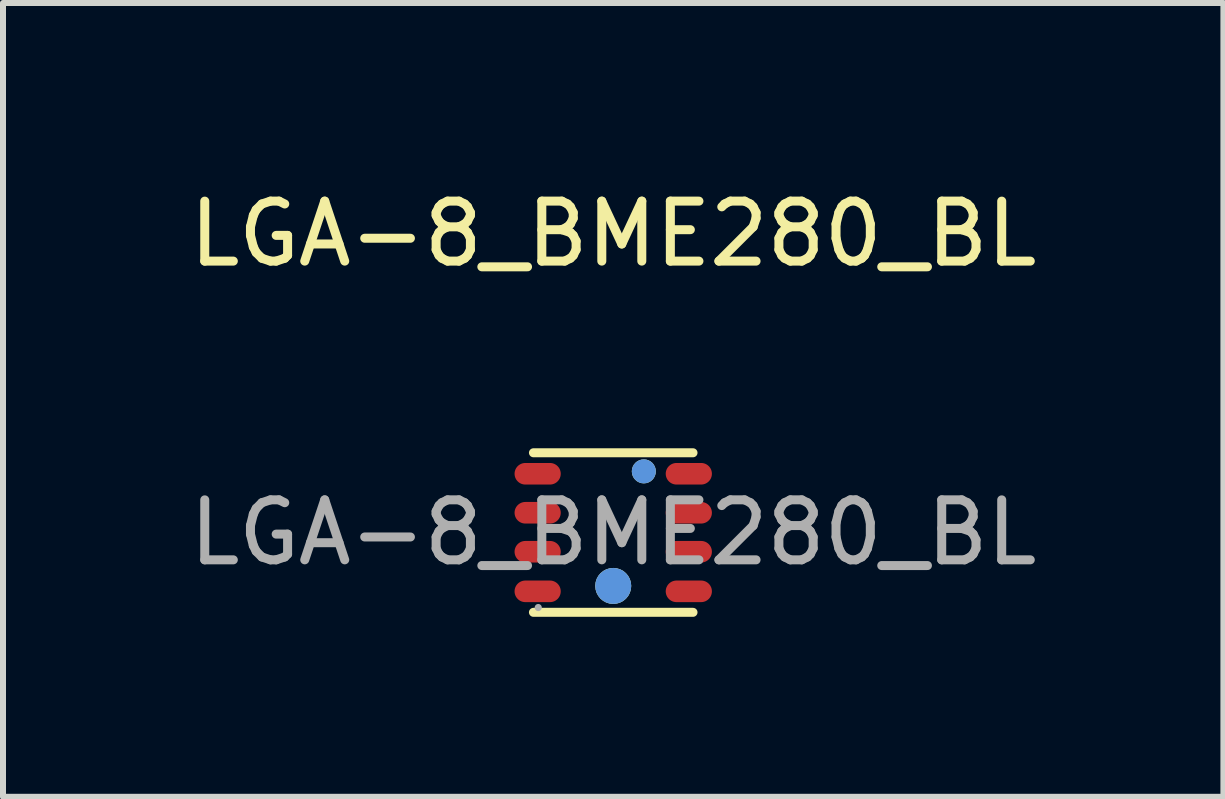
<source format=kicad_pcb>
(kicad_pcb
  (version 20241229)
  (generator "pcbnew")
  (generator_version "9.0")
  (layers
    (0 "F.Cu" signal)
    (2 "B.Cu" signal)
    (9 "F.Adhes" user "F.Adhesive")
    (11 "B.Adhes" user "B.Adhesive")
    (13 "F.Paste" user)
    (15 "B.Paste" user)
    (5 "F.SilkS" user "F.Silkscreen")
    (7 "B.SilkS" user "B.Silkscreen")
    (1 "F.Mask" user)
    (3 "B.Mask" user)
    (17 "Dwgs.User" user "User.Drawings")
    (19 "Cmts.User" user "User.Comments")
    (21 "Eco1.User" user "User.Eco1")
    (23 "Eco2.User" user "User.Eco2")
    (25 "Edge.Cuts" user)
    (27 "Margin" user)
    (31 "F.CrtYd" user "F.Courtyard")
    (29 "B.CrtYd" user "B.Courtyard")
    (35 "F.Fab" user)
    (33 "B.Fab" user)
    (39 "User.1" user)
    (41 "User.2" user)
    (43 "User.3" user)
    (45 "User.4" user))
  (footprint "LGA-8_BME280_BL"
    (layer "F.Cu")
    (at 7.173 5.828)
    (property "Reference" "LGA-8_BME280_BL" (at 0 -4.98 0) (layer "F.SilkS") (effects (font (size 1 1) (thickness 0.15))))
    (attr smd)
    (fp_line (start 1.33 -1.33) (end -1.33 -1.33) (stroke (width 0.15) (type solid)) (layer "F.SilkS"))
    (fp_line (start 1.33 1.33) (end -1.33 1.33) (stroke (width 0.15) (type solid)) (layer "F.SilkS"))
    (fp_circle (center 0 0.89) (end 0.15 0.89) (stroke (width 0.3) (type solid)) (fill no) (layer "F.SilkS"))
    (fp_circle (center 0.51 -1.02) (end 0.61 -1.02) (stroke (width 0.2) (type solid)) (fill no) (layer "F.SilkS"))
    (fp_circle (center 0 0.89) (end 0.15 0.89) (stroke (width 0.3) (type solid)) (fill no) (layer "Cmts.User"))
    (fp_circle (center 0.51 -1.02) (end 0.61 -1.02) (stroke (width 0.2) (type solid)) (fill no) (layer "Cmts.User"))
    (fp_circle (center -1.25 1.25) (end -1.22 1.25) (stroke (width 0.06) (type solid)) (fill no) (layer "F.Fab"))
    (fp_text user "${REFERENCE}" (at 0 0 0) (layer "F.Fab") (effects (font (size 1 1) (thickness 0.15))))
    (pad "1" smd oval (at 1.26 -0.98 90) (size 0.36 0.77) (layers "F.Cu" "F.Mask" "F.Paste"))
    (pad "2" smd oval (at 1.26 -0.33 90) (size 0.36 0.77) (layers "F.Cu" "F.Mask" "F.Paste"))
    (pad "3" smd oval (at 1.26 0.32 90) (size 0.36 0.77) (layers "F.Cu" "F.Mask" "F.Paste"))
    (pad "4" smd oval (at 1.26 0.98 90) (size 0.36 0.77) (layers "F.Cu" "F.Mask" "F.Paste"))
    (pad "5" smd oval (at -1.26 0.98 90) (size 0.36 0.77) (layers "F.Cu" "F.Mask" "F.Paste"))
    (pad "6" smd oval (at -1.26 0.32 90) (size 0.36 0.77) (layers "F.Cu" "F.Mask" "F.Paste"))
    (pad "7" smd oval (at -1.26 -0.33 90) (size 0.36 0.77) (layers "F.Cu" "F.Mask" "F.Paste"))
    (pad "8" smd oval (at -1.26 -0.98 90) (size 0.36 0.77) (layers "F.Cu" "F.Mask" "F.Paste")))
  (gr_rect
    (start -3 -3)
    (end 17.345 10.233)
    (stroke (width 0.1) (type default))
    (fill no)
    (layer "Edge.Cuts")))
</source>
